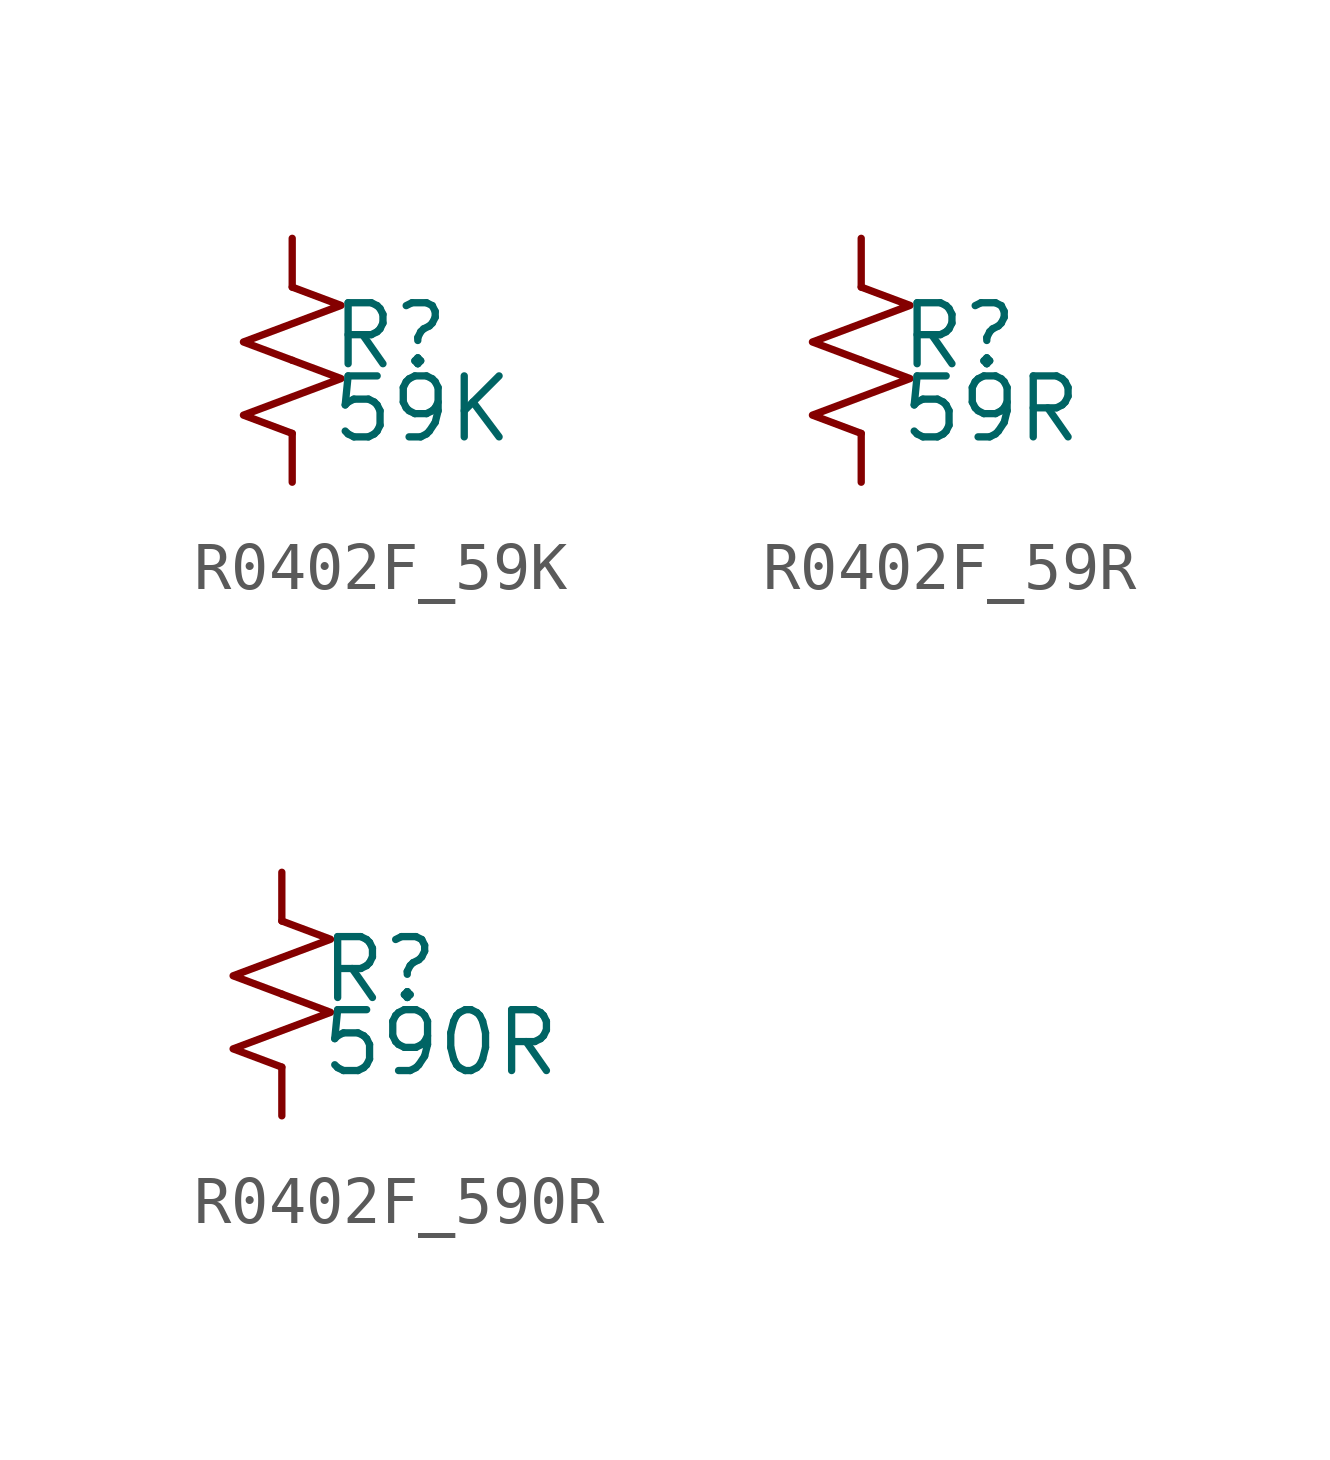
<source format=kicad_sym>
(kicad_symbol_lib
  (version 20220914)
  (generator kicad_symbol_editor)
  (symbol "R0402F_59K"
    (pin_numbers hide)
    (pin_names
      (offset 0.254) hide)
    (property "Reference" "R"
      (at 0.762 0.508 0)
      (effects (font (size 1.27 1.27)) (justify left)))
    (property "Value" "59K"
      (at 0.762 -1.016 0)
      (effects (font (size 1.27 1.27)) (justify left)))
    (symbol "R0402F_59K_1_1"
      (polyline (pts (xy 0 0) (xy 1.016 -0.381) (xy 0 -0.762) (xy -1.016 -1.143) (xy 0 -1.524)) (stroke (width 0) (type default)) (fill (type none)))
      (polyline (pts (xy 0 1.524) (xy 1.016 1.143) (xy 0 0.762) (xy -1.016 0.381) (xy 0 0)) (stroke (width 0) (type default)) (fill (type none)))
      (pin passive line (at 0 2.54 270) (length 1.016) (name "~" (effects (font (size 1.27 1.27)))) (number "1" (effects (font (size 1.27 1.27)))))
      (pin passive line (at 0 -2.54 90) (length 1.016) (name "~" (effects (font (size 1.27 1.27)))) (number "2" (effects (font (size 1.27 1.27)))))))
  (symbol "R0402F_59R"
    (pin_numbers hide)
    (pin_names
      (offset 0.254) hide)
    (property "Reference" "R"
      (at 0.762 0.508 0)
      (effects (font (size 1.27 1.27)) (justify left)))
    (property "Value" "59R"
      (at 0.762 -1.016 0)
      (effects (font (size 1.27 1.27)) (justify left)))
    (symbol "R0402F_59R_1_1"
      (polyline (pts (xy 0 0) (xy 1.016 -0.381) (xy 0 -0.762) (xy -1.016 -1.143) (xy 0 -1.524)) (stroke (width 0) (type default)) (fill (type none)))
      (polyline (pts (xy 0 1.524) (xy 1.016 1.143) (xy 0 0.762) (xy -1.016 0.381) (xy 0 0)) (stroke (width 0) (type default)) (fill (type none)))
      (pin passive line (at 0 2.54 270) (length 1.016) (name "~" (effects (font (size 1.27 1.27)))) (number "1" (effects (font (size 1.27 1.27)))))
      (pin passive line (at 0 -2.54 90) (length 1.016) (name "~" (effects (font (size 1.27 1.27)))) (number "2" (effects (font (size 1.27 1.27)))))))
  (symbol "R0402F_590R"
    (pin_numbers hide)
    (pin_names
      (offset 0.254) hide)
    (property "Reference" "R"
      (at 0.762 0.508 0)
      (effects (font (size 1.27 1.27)) (justify left)))
    (property "Value" "590R"
      (at 0.762 -1.016 0)
      (effects (font (size 1.27 1.27)) (justify left)))
    (symbol "R0402F_590R_1_1"
      (polyline (pts (xy 0 0) (xy 1.016 -0.381) (xy 0 -0.762) (xy -1.016 -1.143) (xy 0 -1.524)) (stroke (width 0) (type default)) (fill (type none)))
      (polyline (pts (xy 0 1.524) (xy 1.016 1.143) (xy 0 0.762) (xy -1.016 0.381) (xy 0 0)) (stroke (width 0) (type default)) (fill (type none)))
      (pin passive line (at 0 2.54 270) (length 1.016) (name "~" (effects (font (size 1.27 1.27)))) (number "1" (effects (font (size 1.27 1.27)))))
      (pin passive line (at 0 -2.54 90) (length 1.016) (name "~" (effects (font (size 1.27 1.27)))) (number "2" (effects (font (size 1.27 1.27))))))))
</source>
